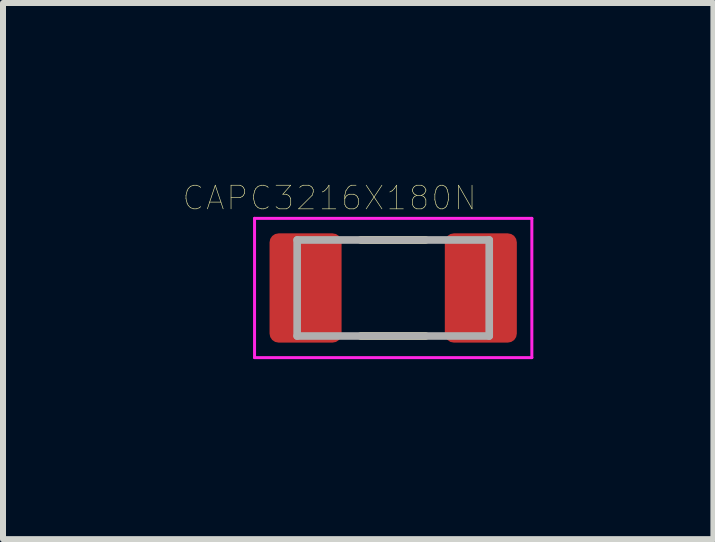
<source format=kicad_pcb>
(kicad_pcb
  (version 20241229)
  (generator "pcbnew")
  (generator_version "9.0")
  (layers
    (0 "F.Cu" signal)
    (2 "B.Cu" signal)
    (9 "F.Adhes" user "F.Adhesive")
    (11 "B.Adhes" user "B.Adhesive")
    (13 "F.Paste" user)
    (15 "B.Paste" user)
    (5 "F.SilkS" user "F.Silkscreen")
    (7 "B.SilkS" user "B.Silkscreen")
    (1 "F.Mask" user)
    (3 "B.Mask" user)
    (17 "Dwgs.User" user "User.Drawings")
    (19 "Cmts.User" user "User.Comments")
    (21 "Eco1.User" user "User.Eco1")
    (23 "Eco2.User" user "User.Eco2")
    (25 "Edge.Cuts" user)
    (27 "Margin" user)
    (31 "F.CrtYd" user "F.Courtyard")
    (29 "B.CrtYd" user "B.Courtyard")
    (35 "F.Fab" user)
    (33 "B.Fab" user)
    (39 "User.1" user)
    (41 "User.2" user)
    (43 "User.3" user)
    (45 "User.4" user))
  (footprint "CAPC3216X180N"
    (layer "F.Cu")
    (at 3.501 1.748)
    (property "Reference" "CAPC3216X180N" (at -1.06 -1.5 0) (layer "F.SilkS") (effects (font (size 0.394 0.394) (thickness 0.01))))
    (attr smd)
    (fp_line (start -0.54 -0.8) (end 0.54 -0.8) (stroke (width 0.127) (type solid)) (layer "F.SilkS"))
    (fp_line (start -0.54 0.8) (end 0.54 0.8) (stroke (width 0.127) (type solid)) (layer "F.SilkS"))
    (fp_line (start -2.31 -1.16) (end 2.31 -1.16) (stroke (width 0.05) (type solid)) (layer "F.CrtYd"))
    (fp_line (start -2.31 1.16) (end -2.31 -1.16) (stroke (width 0.05) (type solid)) (layer "F.CrtYd"))
    (fp_line (start -2.31 1.16) (end 2.31 1.16) (stroke (width 0.05) (type solid)) (layer "F.CrtYd"))
    (fp_line (start 2.31 1.16) (end 2.31 -1.16) (stroke (width 0.05) (type solid)) (layer "F.CrtYd"))
    (fp_line (start -1.6 0.8) (end -1.6 -0.8) (stroke (width 0.127) (type solid)) (layer "F.Fab"))
    (fp_line (start 1.6 -0.8) (end -1.6 -0.8) (stroke (width 0.127) (type solid)) (layer "F.Fab"))
    (fp_line (start 1.6 0.8) (end -1.6 0.8) (stroke (width 0.127) (type solid)) (layer "F.Fab"))
    (fp_line (start 1.6 0.8) (end 1.6 -0.8) (stroke (width 0.127) (type solid)) (layer "F.Fab"))
    (pad "1" smd roundrect (at -1.46 0) (size 1.2 1.82) (layers "F.Cu" "F.Mask" "F.Paste") (roundrect_rratio 0.125))
    (pad "2" smd roundrect (at 1.46 0) (size 1.2 1.82) (layers "F.Cu" "F.Mask" "F.Paste") (roundrect_rratio 0.125)))
  (gr_rect
    (start -3 -3)
    (end 8.836 5.933)
    (stroke (width 0.1) (type default))
    (fill no)
    (layer "Edge.Cuts")))
</source>
